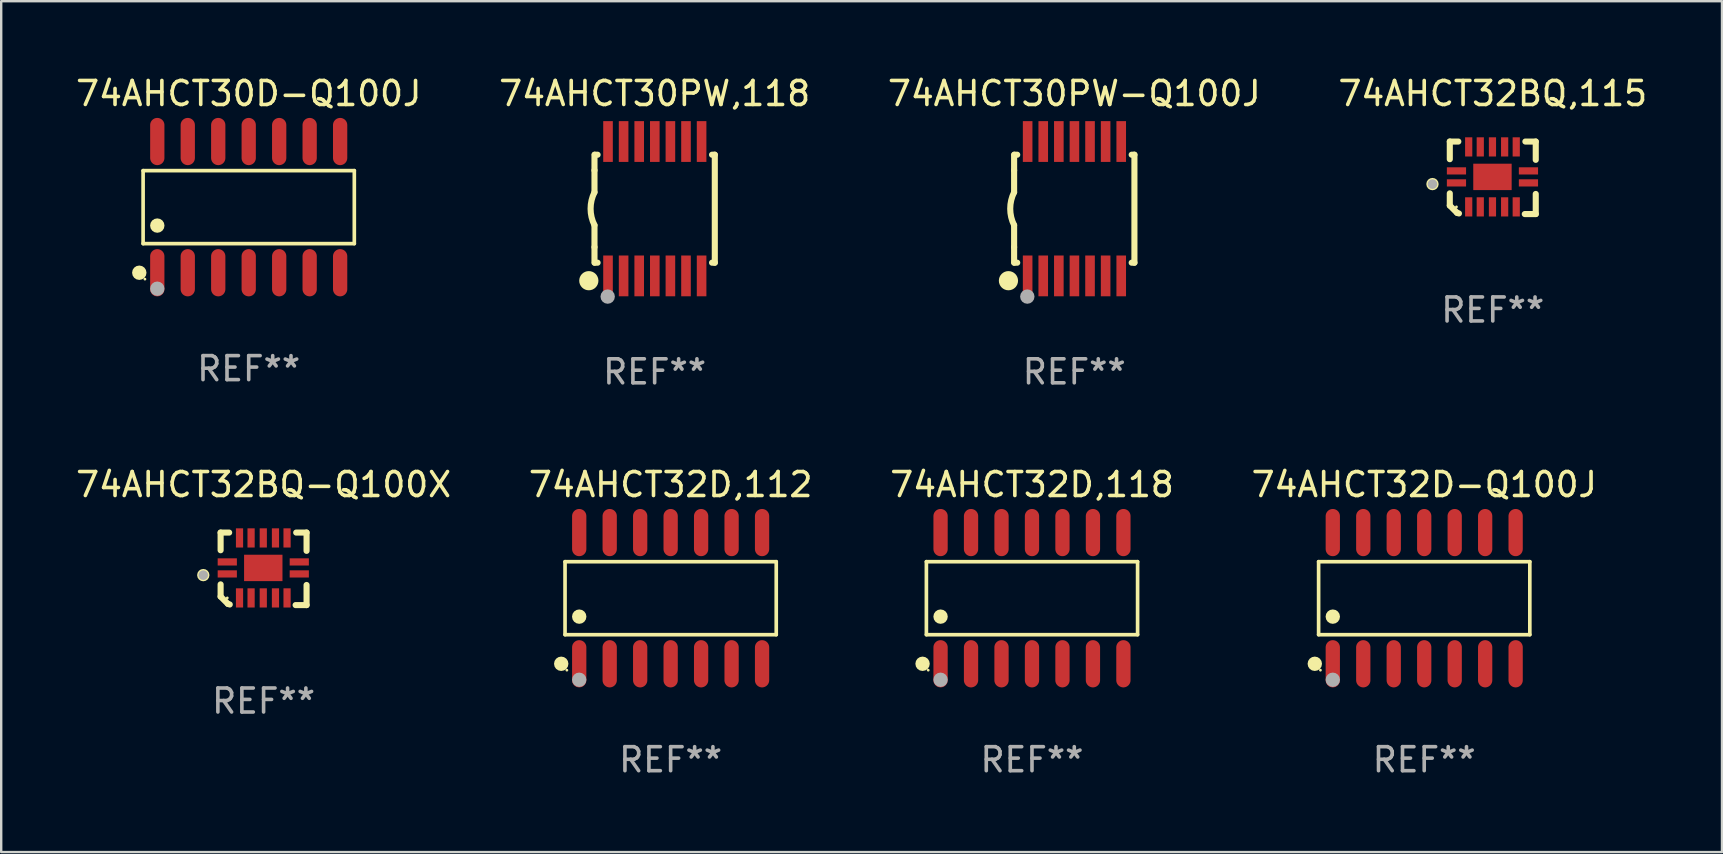
<source format=kicad_pcb>
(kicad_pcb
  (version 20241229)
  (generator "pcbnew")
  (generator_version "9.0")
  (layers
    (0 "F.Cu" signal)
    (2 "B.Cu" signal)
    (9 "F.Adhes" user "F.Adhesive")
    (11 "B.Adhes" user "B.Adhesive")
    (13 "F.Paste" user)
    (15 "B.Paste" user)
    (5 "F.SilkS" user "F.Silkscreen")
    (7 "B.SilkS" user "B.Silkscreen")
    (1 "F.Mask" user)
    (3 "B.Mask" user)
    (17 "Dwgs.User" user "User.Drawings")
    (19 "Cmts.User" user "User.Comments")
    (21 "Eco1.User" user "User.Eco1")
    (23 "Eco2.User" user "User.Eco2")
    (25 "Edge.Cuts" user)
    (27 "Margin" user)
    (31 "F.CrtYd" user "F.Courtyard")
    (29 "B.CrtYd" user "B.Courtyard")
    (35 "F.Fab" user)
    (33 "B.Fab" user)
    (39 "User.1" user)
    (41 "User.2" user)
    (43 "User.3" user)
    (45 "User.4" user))
  (footprint "74AHCT32D-Q100J"
    (layer "F.Cu")
    (at 56.304 21.879)
    (property "Reference" "74AHCT32D-Q100J" (at 0 -4.734 0) (layer "F.SilkS") (effects (font (size 1 1) (thickness 0.15))))
    (attr through_hole)
    (fp_line (start -4.401 -1.521) (end 4.401 -1.521) (stroke (width 0.152) (type solid)) (layer "F.SilkS"))
    (fp_line (start -4.401 1.521) (end -4.401 -1.521) (stroke (width 0.152) (type solid)) (layer "F.SilkS"))
    (fp_line (start 4.401 -1.521) (end 4.401 1.521) (stroke (width 0.152) (type solid)) (layer "F.SilkS"))
    (fp_line (start 4.401 1.521) (end -4.401 1.521) (stroke (width 0.152) (type solid)) (layer "F.SilkS"))
    (fp_circle (center -4.56 2.734) (end -4.41 2.734) (stroke (width 0.3) (type solid)) (fill no) (layer "F.SilkS"))
    (fp_circle (center -4.325 3) (end -4.295 3) (stroke (width 0.06) (type solid)) (fill no) (layer "F.SilkS"))
    (fp_circle (center -3.81 0.769) (end -3.66 0.769) (stroke (width 0.3) (type solid)) (fill no) (layer "F.SilkS"))
    (fp_circle (center -3.81 3.4) (end -3.66 3.4) (stroke (width 0.3) (type solid)) (fill no) (layer "F.Fab"))
    (fp_text user "REF**" (at 0 6.734 0) (layer "F.Fab") (effects (font (size 1 1) (thickness 0.15))))
    (pad "1" smd oval (at -3.81 2.734) (size 0.595 1.968) (layers "F.Cu" "F.Mask" "F.Paste"))
    (pad "2" smd oval (at -2.54 2.734) (size 0.595 1.968) (layers "F.Cu" "F.Mask" "F.Paste"))
    (pad "3" smd oval (at -1.27 2.734) (size 0.595 1.968) (layers "F.Cu" "F.Mask" "F.Paste"))
    (pad "4" smd oval (at 0 2.734) (size 0.595 1.968) (layers "F.Cu" "F.Mask" "F.Paste"))
    (pad "5" smd oval (at 1.27 2.734) (size 0.595 1.968) (layers "F.Cu" "F.Mask" "F.Paste"))
    (pad "6" smd oval (at 2.54 2.734) (size 0.595 1.968) (layers "F.Cu" "F.Mask" "F.Paste"))
    (pad "7" smd oval (at 3.81 2.734) (size 0.595 1.968) (layers "F.Cu" "F.Mask" "F.Paste"))
    (pad "8" smd oval (at 3.81 -2.734) (size 0.595 1.968) (layers "F.Cu" "F.Mask" "F.Paste"))
    (pad "9" smd oval (at 2.54 -2.734) (size 0.595 1.968) (layers "F.Cu" "F.Mask" "F.Paste"))
    (pad "10" smd oval (at 1.27 -2.734) (size 0.595 1.968) (layers "F.Cu" "F.Mask" "F.Paste"))
    (pad "11" smd oval (at 0 -2.734) (size 0.595 1.968) (layers "F.Cu" "F.Mask" "F.Paste"))
    (pad "12" smd oval (at -1.27 -2.734) (size 0.595 1.968) (layers "F.Cu" "F.Mask" "F.Paste"))
    (pad "13" smd oval (at -2.54 -2.734) (size 0.595 1.968) (layers "F.Cu" "F.Mask" "F.Paste"))
    (pad "14" smd oval (at -3.81 -2.734) (size 0.595 1.968) (layers "F.Cu" "F.Mask" "F.Paste")))
  (footprint "74AHCT30PW,118"
    (layer "F.Cu")
    (at 24.232 5.648)
    (property "Reference" "74AHCT30PW,118" (at 0 -4.8 0) (layer "F.SilkS") (effects (font (size 1 1) (thickness 0.15))))
    (attr through_hole)
    (fp_line (start -2.507 -1.6) (end -2.507 -2.25) (stroke (width 0.254) (type solid)) (layer "F.SilkS"))
    (fp_line (start -2.507 -0.686) (end -2.507 -1.6) (stroke (width 0.254) (type solid)) (layer "F.SilkS"))
    (fp_line (start -2.507 1.6) (end -2.507 0.686) (stroke (width 0.254) (type solid)) (layer "F.SilkS"))
    (fp_line (start -2.507 1.6) (end -2.507 2.25) (stroke (width 0.254) (type solid)) (layer "F.SilkS"))
    (fp_line (start -2.493 -2.25) (end -2.377 -2.25) (stroke (width 0.254) (type solid)) (layer "F.SilkS"))
    (fp_line (start -2.377 2.25) (end -2.493 2.25) (stroke (width 0.254) (type solid)) (layer "F.SilkS"))
    (fp_line (start 2.392 -2.25) (end 2.507 -2.25) (stroke (width 0.254) (type solid)) (layer "F.SilkS"))
    (fp_line (start 2.507 -2.25) (end 2.507 2.25) (stroke (width 0.254) (type solid)) (layer "F.SilkS"))
    (fp_line (start 2.507 2.25) (end 2.392 2.25) (stroke (width 0.254) (type solid)) (layer "F.SilkS"))
    (fp_arc (start -2.507303 0.685802) (mid -2.669199 0) (end -2.507303 -0.685801) (stroke (width 0.254001) (type solid)) (layer "F.SilkS"))
    (fp_circle (center -2.743 3) (end -2.543 3) (stroke (width 0.4) (type solid)) (fill no) (layer "F.SilkS"))
    (fp_circle (center -2.493 3.2) (end -2.463 3.2) (stroke (width 0.06) (type solid)) (fill no) (layer "F.SilkS"))
    (fp_circle (center -1.957 3.662) (end -1.807 3.662) (stroke (width 0.3) (type solid)) (fill no) (layer "F.Fab"))
    (fp_text user "REF**" (at 0 6.8 0) (layer "F.Fab") (effects (font (size 1 1) (thickness 0.15))))
    (pad "1" smd rect (at -1.943 2.8) (size 0.4 1.7) (layers "F.Cu" "F.Mask" "F.Paste"))
    (pad "2" smd rect (at -1.293 2.8) (size 0.4 1.7) (layers "F.Cu" "F.Mask" "F.Paste"))
    (pad "3" smd rect (at -0.643 2.8) (size 0.4 1.7) (layers "F.Cu" "F.Mask" "F.Paste"))
    (pad "4" smd rect (at 0.007 2.8) (size 0.4 1.7) (layers "F.Cu" "F.Mask" "F.Paste"))
    (pad "5" smd rect (at 0.657 2.8) (size 0.4 1.7) (layers "F.Cu" "F.Mask" "F.Paste"))
    (pad "6" smd rect (at 1.307 2.8) (size 0.4 1.7) (layers "F.Cu" "F.Mask" "F.Paste"))
    (pad "7" smd rect (at 1.957 2.8) (size 0.4 1.7) (layers "F.Cu" "F.Mask" "F.Paste"))
    (pad "8" smd rect (at 1.957 -2.8) (size 0.4 1.7) (layers "F.Cu" "F.Mask" "F.Paste"))
    (pad "9" smd rect (at 1.307 -2.8) (size 0.4 1.7) (layers "F.Cu" "F.Mask" "F.Paste"))
    (pad "10" smd rect (at 0.657 -2.8) (size 0.4 1.7) (layers "F.Cu" "F.Mask" "F.Paste"))
    (pad "11" smd rect (at 0.007 -2.8) (size 0.4 1.7) (layers "F.Cu" "F.Mask" "F.Paste"))
    (pad "12" smd rect (at -0.643 -2.8) (size 0.4 1.7) (layers "F.Cu" "F.Mask" "F.Paste"))
    (pad "13" smd rect (at -1.293 -2.8) (size 0.4 1.7) (layers "F.Cu" "F.Mask" "F.Paste"))
    (pad "14" smd rect (at -1.943 -2.8) (size 0.4 1.7) (layers "F.Cu" "F.Mask" "F.Paste")))
  (footprint "74AHCT30PW-Q100J"
    (layer "F.Cu")
    (at 41.72 5.648)
    (property "Reference" "74AHCT30PW-Q100J" (at 0 -4.8 0) (layer "F.SilkS") (effects (font (size 1 1) (thickness 0.15))))
    (attr through_hole)
    (fp_line (start -2.507 -1.6) (end -2.507 -2.25) (stroke (width 0.254) (type solid)) (layer "F.SilkS"))
    (fp_line (start -2.507 -0.686) (end -2.507 -1.6) (stroke (width 0.254) (type solid)) (layer "F.SilkS"))
    (fp_line (start -2.507 1.6) (end -2.507 0.686) (stroke (width 0.254) (type solid)) (layer "F.SilkS"))
    (fp_line (start -2.507 1.6) (end -2.507 2.25) (stroke (width 0.254) (type solid)) (layer "F.SilkS"))
    (fp_line (start -2.493 -2.25) (end -2.377 -2.25) (stroke (width 0.254) (type solid)) (layer "F.SilkS"))
    (fp_line (start -2.377 2.25) (end -2.493 2.25) (stroke (width 0.254) (type solid)) (layer "F.SilkS"))
    (fp_line (start 2.392 -2.25) (end 2.507 -2.25) (stroke (width 0.254) (type solid)) (layer "F.SilkS"))
    (fp_line (start 2.507 -2.25) (end 2.507 2.25) (stroke (width 0.254) (type solid)) (layer "F.SilkS"))
    (fp_line (start 2.507 2.25) (end 2.392 2.25) (stroke (width 0.254) (type solid)) (layer "F.SilkS"))
    (fp_arc (start -2.507303 0.685802) (mid -2.669199 0) (end -2.507303 -0.685801) (stroke (width 0.254001) (type solid)) (layer "F.SilkS"))
    (fp_circle (center -2.743 3) (end -2.543 3) (stroke (width 0.4) (type solid)) (fill no) (layer "F.SilkS"))
    (fp_circle (center -2.493 3.2) (end -2.463 3.2) (stroke (width 0.06) (type solid)) (fill no) (layer "F.SilkS"))
    (fp_circle (center -1.957 3.662) (end -1.807 3.662) (stroke (width 0.3) (type solid)) (fill no) (layer "F.Fab"))
    (fp_text user "REF**" (at 0 6.8 0) (layer "F.Fab") (effects (font (size 1 1) (thickness 0.15))))
    (pad "1" smd rect (at -1.943 2.8) (size 0.4 1.7) (layers "F.Cu" "F.Mask" "F.Paste"))
    (pad "2" smd rect (at -1.293 2.8) (size 0.4 1.7) (layers "F.Cu" "F.Mask" "F.Paste"))
    (pad "3" smd rect (at -0.643 2.8) (size 0.4 1.7) (layers "F.Cu" "F.Mask" "F.Paste"))
    (pad "4" smd rect (at 0.007 2.8) (size 0.4 1.7) (layers "F.Cu" "F.Mask" "F.Paste"))
    (pad "5" smd rect (at 0.657 2.8) (size 0.4 1.7) (layers "F.Cu" "F.Mask" "F.Paste"))
    (pad "6" smd rect (at 1.307 2.8) (size 0.4 1.7) (layers "F.Cu" "F.Mask" "F.Paste"))
    (pad "7" smd rect (at 1.957 2.8) (size 0.4 1.7) (layers "F.Cu" "F.Mask" "F.Paste"))
    (pad "8" smd rect (at 1.957 -2.8) (size 0.4 1.7) (layers "F.Cu" "F.Mask" "F.Paste"))
    (pad "9" smd rect (at 1.307 -2.8) (size 0.4 1.7) (layers "F.Cu" "F.Mask" "F.Paste"))
    (pad "10" smd rect (at 0.657 -2.8) (size 0.4 1.7) (layers "F.Cu" "F.Mask" "F.Paste"))
    (pad "11" smd rect (at 0.007 -2.8) (size 0.4 1.7) (layers "F.Cu" "F.Mask" "F.Paste"))
    (pad "12" smd rect (at -0.643 -2.8) (size 0.4 1.7) (layers "F.Cu" "F.Mask" "F.Paste"))
    (pad "13" smd rect (at -1.293 -2.8) (size 0.4 1.7) (layers "F.Cu" "F.Mask" "F.Paste"))
    (pad "14" smd rect (at -1.943 -2.8) (size 0.4 1.7) (layers "F.Cu" "F.Mask" "F.Paste")))
  (footprint "74AHCT32BQ-Q100X"
    (layer "F.Cu")
    (at 7.935 20.656)
    (property "Reference" "74AHCT32BQ-Q100X" (at 0 -3.511 0) (layer "F.SilkS") (effects (font (size 1 1) (thickness 0.15))))
    (attr through_hole)
    (fp_line (start -1.791 -1.511) (end -1.435 -1.511) (stroke (width 0.254) (type solid)) (layer "F.SilkS"))
    (fp_line (start -1.791 -0.775) (end -1.791 -1.511) (stroke (width 0.254) (type solid)) (layer "F.SilkS"))
    (fp_line (start -1.791 1.156) (end -1.791 0.648) (stroke (width 0.254) (type solid)) (layer "F.SilkS"))
    (fp_line (start -1.486 1.461) (end -1.791 1.156) (stroke (width 0.254) (type solid)) (layer "F.SilkS"))
    (fp_line (start -1.41 1.486) (end -1.486 1.461) (stroke (width 0.254) (type solid)) (layer "F.SilkS"))
    (fp_line (start 1.334 1.511) (end 1.791 1.511) (stroke (width 0.254) (type solid)) (layer "F.SilkS"))
    (fp_line (start 1.791 -1.511) (end 1.359 -1.511) (stroke (width 0.254) (type solid)) (layer "F.SilkS"))
    (fp_line (start 1.791 -0.749) (end 1.791 -1.511) (stroke (width 0.254) (type solid)) (layer "F.SilkS"))
    (fp_line (start 1.791 1.511) (end 1.791 0.673) (stroke (width 0.254) (type solid)) (layer "F.SilkS"))
    (fp_circle (center -2.513 0.262) (end -2.383 0.262) (stroke (width 0.254) (type solid)) (fill no) (layer "F.SilkS"))
    (fp_circle (center -1.513 1.212) (end -1.483 1.212) (stroke (width 0.06) (type solid)) (fill no) (layer "F.SilkS"))
    (fp_circle (center -2.513 0.262) (end -2.413 0.262) (stroke (width 0.2) (type solid)) (fill no) (layer "F.Fab"))
    (fp_text user "REF**" (at 0 5.511 0) (layer "F.Fab") (effects (font (size 1 1) (thickness 0.15))))
    (pad "1" smd rect (at -1.513 0.212) (size 0.8 0.3) (layers "F.Cu" "F.Mask" "F.Paste"))
    (pad "2" smd rect (at -1.003 1.212) (size 0.3 0.8) (layers "F.Cu" "F.Mask" "F.Paste"))
    (pad "3" smd rect (at -0.521 1.212) (size 0.3 0.8) (layers "F.Cu" "F.Mask" "F.Paste"))
    (pad "4" smd rect (at -0.013 1.212) (size 0.3 0.8) (layers "F.Cu" "F.Mask" "F.Paste"))
    (pad "5" smd rect (at 0.495 1.212) (size 0.3 0.8) (layers "F.Cu" "F.Mask" "F.Paste"))
    (pad "6" smd rect (at 0.978 1.212) (size 0.3 0.8) (layers "F.Cu" "F.Mask" "F.Paste"))
    (pad "7" smd rect (at 1.487 0.212) (size 0.8 0.3) (layers "F.Cu" "F.Mask" "F.Paste"))
    (pad "8" smd rect (at 1.487 -0.288) (size 0.8 0.3) (layers "F.Cu" "F.Mask" "F.Paste"))
    (pad "9" smd rect (at 0.978 -1.288) (size 0.3 0.8) (layers "F.Cu" "F.Mask" "F.Paste"))
    (pad "10" smd rect (at 0.495 -1.288) (size 0.3 0.8) (layers "F.Cu" "F.Mask" "F.Paste"))
    (pad "11" smd rect (at -0.013 -1.288) (size 0.3 0.8) (layers "F.Cu" "F.Mask" "F.Paste"))
    (pad "12" smd rect (at -0.521 -1.288) (size 0.3 0.8) (layers "F.Cu" "F.Mask" "F.Paste"))
    (pad "13" smd rect (at -1.003 -1.288) (size 0.3 0.8) (layers "F.Cu" "F.Mask" "F.Paste"))
    (pad "14" smd rect (at -1.513 -0.288) (size 0.8 0.3) (layers "F.Cu" "F.Mask" "F.Paste"))
    (pad "15" smd rect (at -0.013 -0.038 90) (size 1.1 1.6) (layers "F.Cu" "F.Mask" "F.Paste")))
  (footprint "74AHCT32BQ,115"
    (layer "F.Cu")
    (at 59.161 4.36)
    (property "Reference" "74AHCT32BQ,115" (at 0 -3.511 0) (layer "F.SilkS") (effects (font (size 1 1) (thickness 0.15))))
    (attr through_hole)
    (fp_line (start -1.791 -1.511) (end -1.435 -1.511) (stroke (width 0.254) (type solid)) (layer "F.SilkS"))
    (fp_line (start -1.791 -0.775) (end -1.791 -1.511) (stroke (width 0.254) (type solid)) (layer "F.SilkS"))
    (fp_line (start -1.791 1.156) (end -1.791 0.648) (stroke (width 0.254) (type solid)) (layer "F.SilkS"))
    (fp_line (start -1.486 1.461) (end -1.791 1.156) (stroke (width 0.254) (type solid)) (layer "F.SilkS"))
    (fp_line (start -1.41 1.486) (end -1.486 1.461) (stroke (width 0.254) (type solid)) (layer "F.SilkS"))
    (fp_line (start 1.334 1.511) (end 1.791 1.511) (stroke (width 0.254) (type solid)) (layer "F.SilkS"))
    (fp_line (start 1.791 -1.511) (end 1.359 -1.511) (stroke (width 0.254) (type solid)) (layer "F.SilkS"))
    (fp_line (start 1.791 -0.749) (end 1.791 -1.511) (stroke (width 0.254) (type solid)) (layer "F.SilkS"))
    (fp_line (start 1.791 1.511) (end 1.791 0.673) (stroke (width 0.254) (type solid)) (layer "F.SilkS"))
    (fp_circle (center -2.513 0.262) (end -2.383 0.262) (stroke (width 0.254) (type solid)) (fill no) (layer "F.SilkS"))
    (fp_circle (center -1.513 1.212) (end -1.483 1.212) (stroke (width 0.06) (type solid)) (fill no) (layer "F.SilkS"))
    (fp_circle (center -2.513 0.262) (end -2.413 0.262) (stroke (width 0.2) (type solid)) (fill no) (layer "F.Fab"))
    (fp_text user "REF**" (at 0 5.511 0) (layer "F.Fab") (effects (font (size 1 1) (thickness 0.15))))
    (pad "1" smd rect (at -1.513 0.212) (size 0.8 0.3) (layers "F.Cu" "F.Mask" "F.Paste"))
    (pad "2" smd rect (at -1.003 1.212) (size 0.3 0.8) (layers "F.Cu" "F.Mask" "F.Paste"))
    (pad "3" smd rect (at -0.521 1.212) (size 0.3 0.8) (layers "F.Cu" "F.Mask" "F.Paste"))
    (pad "4" smd rect (at -0.013 1.212) (size 0.3 0.8) (layers "F.Cu" "F.Mask" "F.Paste"))
    (pad "5" smd rect (at 0.495 1.212) (size 0.3 0.8) (layers "F.Cu" "F.Mask" "F.Paste"))
    (pad "6" smd rect (at 0.978 1.212) (size 0.3 0.8) (layers "F.Cu" "F.Mask" "F.Paste"))
    (pad "7" smd rect (at 1.487 0.212) (size 0.8 0.3) (layers "F.Cu" "F.Mask" "F.Paste"))
    (pad "8" smd rect (at 1.487 -0.288) (size 0.8 0.3) (layers "F.Cu" "F.Mask" "F.Paste"))
    (pad "9" smd rect (at 0.978 -1.288) (size 0.3 0.8) (layers "F.Cu" "F.Mask" "F.Paste"))
    (pad "10" smd rect (at 0.495 -1.288) (size 0.3 0.8) (layers "F.Cu" "F.Mask" "F.Paste"))
    (pad "11" smd rect (at -0.013 -1.288) (size 0.3 0.8) (layers "F.Cu" "F.Mask" "F.Paste"))
    (pad "12" smd rect (at -0.521 -1.288) (size 0.3 0.8) (layers "F.Cu" "F.Mask" "F.Paste"))
    (pad "13" smd rect (at -1.003 -1.288) (size 0.3 0.8) (layers "F.Cu" "F.Mask" "F.Paste"))
    (pad "14" smd rect (at -1.513 -0.288) (size 0.8 0.3) (layers "F.Cu" "F.Mask" "F.Paste"))
    (pad "15" smd rect (at -0.013 -0.038 90) (size 1.1 1.6) (layers "F.Cu" "F.Mask" "F.Paste")))
  (footprint "74AHCT32D,118"
    (layer "F.Cu")
    (at 39.958 21.879)
    (property "Reference" "74AHCT32D,118" (at 0 -4.734 0) (layer "F.SilkS") (effects (font (size 1 1) (thickness 0.15))))
    (attr through_hole)
    (fp_line (start -4.401 -1.521) (end 4.401 -1.521) (stroke (width 0.152) (type solid)) (layer "F.SilkS"))
    (fp_line (start -4.401 1.521) (end -4.401 -1.521) (stroke (width 0.152) (type solid)) (layer "F.SilkS"))
    (fp_line (start 4.401 -1.521) (end 4.401 1.521) (stroke (width 0.152) (type solid)) (layer "F.SilkS"))
    (fp_line (start 4.401 1.521) (end -4.401 1.521) (stroke (width 0.152) (type solid)) (layer "F.SilkS"))
    (fp_circle (center -4.56 2.734) (end -4.41 2.734) (stroke (width 0.3) (type solid)) (fill no) (layer "F.SilkS"))
    (fp_circle (center -4.325 3) (end -4.295 3) (stroke (width 0.06) (type solid)) (fill no) (layer "F.SilkS"))
    (fp_circle (center -3.81 0.769) (end -3.66 0.769) (stroke (width 0.3) (type solid)) (fill no) (layer "F.SilkS"))
    (fp_circle (center -3.81 3.4) (end -3.66 3.4) (stroke (width 0.3) (type solid)) (fill no) (layer "F.Fab"))
    (fp_text user "REF**" (at 0 6.734 0) (layer "F.Fab") (effects (font (size 1 1) (thickness 0.15))))
    (pad "1" smd oval (at -3.81 2.734) (size 0.595 1.968) (layers "F.Cu" "F.Mask" "F.Paste"))
    (pad "2" smd oval (at -2.54 2.734) (size 0.595 1.968) (layers "F.Cu" "F.Mask" "F.Paste"))
    (pad "3" smd oval (at -1.27 2.734) (size 0.595 1.968) (layers "F.Cu" "F.Mask" "F.Paste"))
    (pad "4" smd oval (at 0 2.734) (size 0.595 1.968) (layers "F.Cu" "F.Mask" "F.Paste"))
    (pad "5" smd oval (at 1.27 2.734) (size 0.595 1.968) (layers "F.Cu" "F.Mask" "F.Paste"))
    (pad "6" smd oval (at 2.54 2.734) (size 0.595 1.968) (layers "F.Cu" "F.Mask" "F.Paste"))
    (pad "7" smd oval (at 3.81 2.734) (size 0.595 1.968) (layers "F.Cu" "F.Mask" "F.Paste"))
    (pad "8" smd oval (at 3.81 -2.734) (size 0.595 1.968) (layers "F.Cu" "F.Mask" "F.Paste"))
    (pad "9" smd oval (at 2.54 -2.734) (size 0.595 1.968) (layers "F.Cu" "F.Mask" "F.Paste"))
    (pad "10" smd oval (at 1.27 -2.734) (size 0.595 1.968) (layers "F.Cu" "F.Mask" "F.Paste"))
    (pad "11" smd oval (at 0 -2.734) (size 0.595 1.968) (layers "F.Cu" "F.Mask" "F.Paste"))
    (pad "12" smd oval (at -1.27 -2.734) (size 0.595 1.968) (layers "F.Cu" "F.Mask" "F.Paste"))
    (pad "13" smd oval (at -2.54 -2.734) (size 0.595 1.968) (layers "F.Cu" "F.Mask" "F.Paste"))
    (pad "14" smd oval (at -3.81 -2.734) (size 0.595 1.968) (layers "F.Cu" "F.Mask" "F.Paste")))
  (footprint "74AHCT32D,112"
    (layer "F.Cu")
    (at 24.899 21.879)
    (property "Reference" "74AHCT32D,112" (at 0 -4.734 0) (layer "F.SilkS") (effects (font (size 1 1) (thickness 0.15))))
    (attr through_hole)
    (fp_line (start -4.401 -1.521) (end 4.401 -1.521) (stroke (width 0.152) (type solid)) (layer "F.SilkS"))
    (fp_line (start -4.401 1.521) (end -4.401 -1.521) (stroke (width 0.152) (type solid)) (layer "F.SilkS"))
    (fp_line (start 4.401 -1.521) (end 4.401 1.521) (stroke (width 0.152) (type solid)) (layer "F.SilkS"))
    (fp_line (start 4.401 1.521) (end -4.401 1.521) (stroke (width 0.152) (type solid)) (layer "F.SilkS"))
    (fp_circle (center -4.56 2.734) (end -4.41 2.734) (stroke (width 0.3) (type solid)) (fill no) (layer "F.SilkS"))
    (fp_circle (center -4.325 3) (end -4.295 3) (stroke (width 0.06) (type solid)) (fill no) (layer "F.SilkS"))
    (fp_circle (center -3.81 0.769) (end -3.66 0.769) (stroke (width 0.3) (type solid)) (fill no) (layer "F.SilkS"))
    (fp_circle (center -3.81 3.4) (end -3.66 3.4) (stroke (width 0.3) (type solid)) (fill no) (layer "F.Fab"))
    (fp_text user "REF**" (at 0 6.734 0) (layer "F.Fab") (effects (font (size 1 1) (thickness 0.15))))
    (pad "1" smd oval (at -3.81 2.734) (size 0.595 1.968) (layers "F.Cu" "F.Mask" "F.Paste"))
    (pad "2" smd oval (at -2.54 2.734) (size 0.595 1.968) (layers "F.Cu" "F.Mask" "F.Paste"))
    (pad "3" smd oval (at -1.27 2.734) (size 0.595 1.968) (layers "F.Cu" "F.Mask" "F.Paste"))
    (pad "4" smd oval (at 0 2.734) (size 0.595 1.968) (layers "F.Cu" "F.Mask" "F.Paste"))
    (pad "5" smd oval (at 1.27 2.734) (size 0.595 1.968) (layers "F.Cu" "F.Mask" "F.Paste"))
    (pad "6" smd oval (at 2.54 2.734) (size 0.595 1.968) (layers "F.Cu" "F.Mask" "F.Paste"))
    (pad "7" smd oval (at 3.81 2.734) (size 0.595 1.968) (layers "F.Cu" "F.Mask" "F.Paste"))
    (pad "8" smd oval (at 3.81 -2.734) (size 0.595 1.968) (layers "F.Cu" "F.Mask" "F.Paste"))
    (pad "9" smd oval (at 2.54 -2.734) (size 0.595 1.968) (layers "F.Cu" "F.Mask" "F.Paste"))
    (pad "10" smd oval (at 1.27 -2.734) (size 0.595 1.968) (layers "F.Cu" "F.Mask" "F.Paste"))
    (pad "11" smd oval (at 0 -2.734) (size 0.595 1.968) (layers "F.Cu" "F.Mask" "F.Paste"))
    (pad "12" smd oval (at -1.27 -2.734) (size 0.595 1.968) (layers "F.Cu" "F.Mask" "F.Paste"))
    (pad "13" smd oval (at -2.54 -2.734) (size 0.595 1.968) (layers "F.Cu" "F.Mask" "F.Paste"))
    (pad "14" smd oval (at -3.81 -2.734) (size 0.595 1.968) (layers "F.Cu" "F.Mask" "F.Paste")))
  (footprint "74AHCT30D-Q100J"
    (layer "F.Cu")
    (at 7.315 5.582)
    (property "Reference" "74AHCT30D-Q100J" (at 0 -4.734 0) (layer "F.SilkS") (effects (font (size 1 1) (thickness 0.15))))
    (attr through_hole)
    (fp_line (start -4.401 -1.521) (end 4.401 -1.521) (stroke (width 0.152) (type solid)) (layer "F.SilkS"))
    (fp_line (start -4.401 1.521) (end -4.401 -1.521) (stroke (width 0.152) (type solid)) (layer "F.SilkS"))
    (fp_line (start 4.401 -1.521) (end 4.401 1.521) (stroke (width 0.152) (type solid)) (layer "F.SilkS"))
    (fp_line (start 4.401 1.521) (end -4.401 1.521) (stroke (width 0.152) (type solid)) (layer "F.SilkS"))
    (fp_circle (center -4.56 2.734) (end -4.41 2.734) (stroke (width 0.3) (type solid)) (fill no) (layer "F.SilkS"))
    (fp_circle (center -4.325 3) (end -4.295 3) (stroke (width 0.06) (type solid)) (fill no) (layer "F.SilkS"))
    (fp_circle (center -3.81 0.769) (end -3.66 0.769) (stroke (width 0.3) (type solid)) (fill no) (layer "F.SilkS"))
    (fp_circle (center -3.81 3.4) (end -3.66 3.4) (stroke (width 0.3) (type solid)) (fill no) (layer "F.Fab"))
    (fp_text user "REF**" (at 0 6.734 0) (layer "F.Fab") (effects (font (size 1 1) (thickness 0.15))))
    (pad "1" smd oval (at -3.81 2.734) (size 0.595 1.968) (layers "F.Cu" "F.Mask" "F.Paste"))
    (pad "2" smd oval (at -2.54 2.734) (size 0.595 1.968) (layers "F.Cu" "F.Mask" "F.Paste"))
    (pad "3" smd oval (at -1.27 2.734) (size 0.595 1.968) (layers "F.Cu" "F.Mask" "F.Paste"))
    (pad "4" smd oval (at 0 2.734) (size 0.595 1.968) (layers "F.Cu" "F.Mask" "F.Paste"))
    (pad "5" smd oval (at 1.27 2.734) (size 0.595 1.968) (layers "F.Cu" "F.Mask" "F.Paste"))
    (pad "6" smd oval (at 2.54 2.734) (size 0.595 1.968) (layers "F.Cu" "F.Mask" "F.Paste"))
    (pad "7" smd oval (at 3.81 2.734) (size 0.595 1.968) (layers "F.Cu" "F.Mask" "F.Paste"))
    (pad "8" smd oval (at 3.81 -2.734) (size 0.595 1.968) (layers "F.Cu" "F.Mask" "F.Paste"))
    (pad "9" smd oval (at 2.54 -2.734) (size 0.595 1.968) (layers "F.Cu" "F.Mask" "F.Paste"))
    (pad "10" smd oval (at 1.27 -2.734) (size 0.595 1.968) (layers "F.Cu" "F.Mask" "F.Paste"))
    (pad "11" smd oval (at 0 -2.734) (size 0.595 1.968) (layers "F.Cu" "F.Mask" "F.Paste"))
    (pad "12" smd oval (at -1.27 -2.734) (size 0.595 1.968) (layers "F.Cu" "F.Mask" "F.Paste"))
    (pad "13" smd oval (at -2.54 -2.734) (size 0.595 1.968) (layers "F.Cu" "F.Mask" "F.Paste"))
    (pad "14" smd oval (at -3.81 -2.734) (size 0.595 1.968) (layers "F.Cu" "F.Mask" "F.Paste")))
  (gr_rect
    (start -3 -3)
    (end 68.714 32.461)
    (stroke (width 0.1) (type default))
    (fill no)
    (layer "Edge.Cuts")))
</source>
